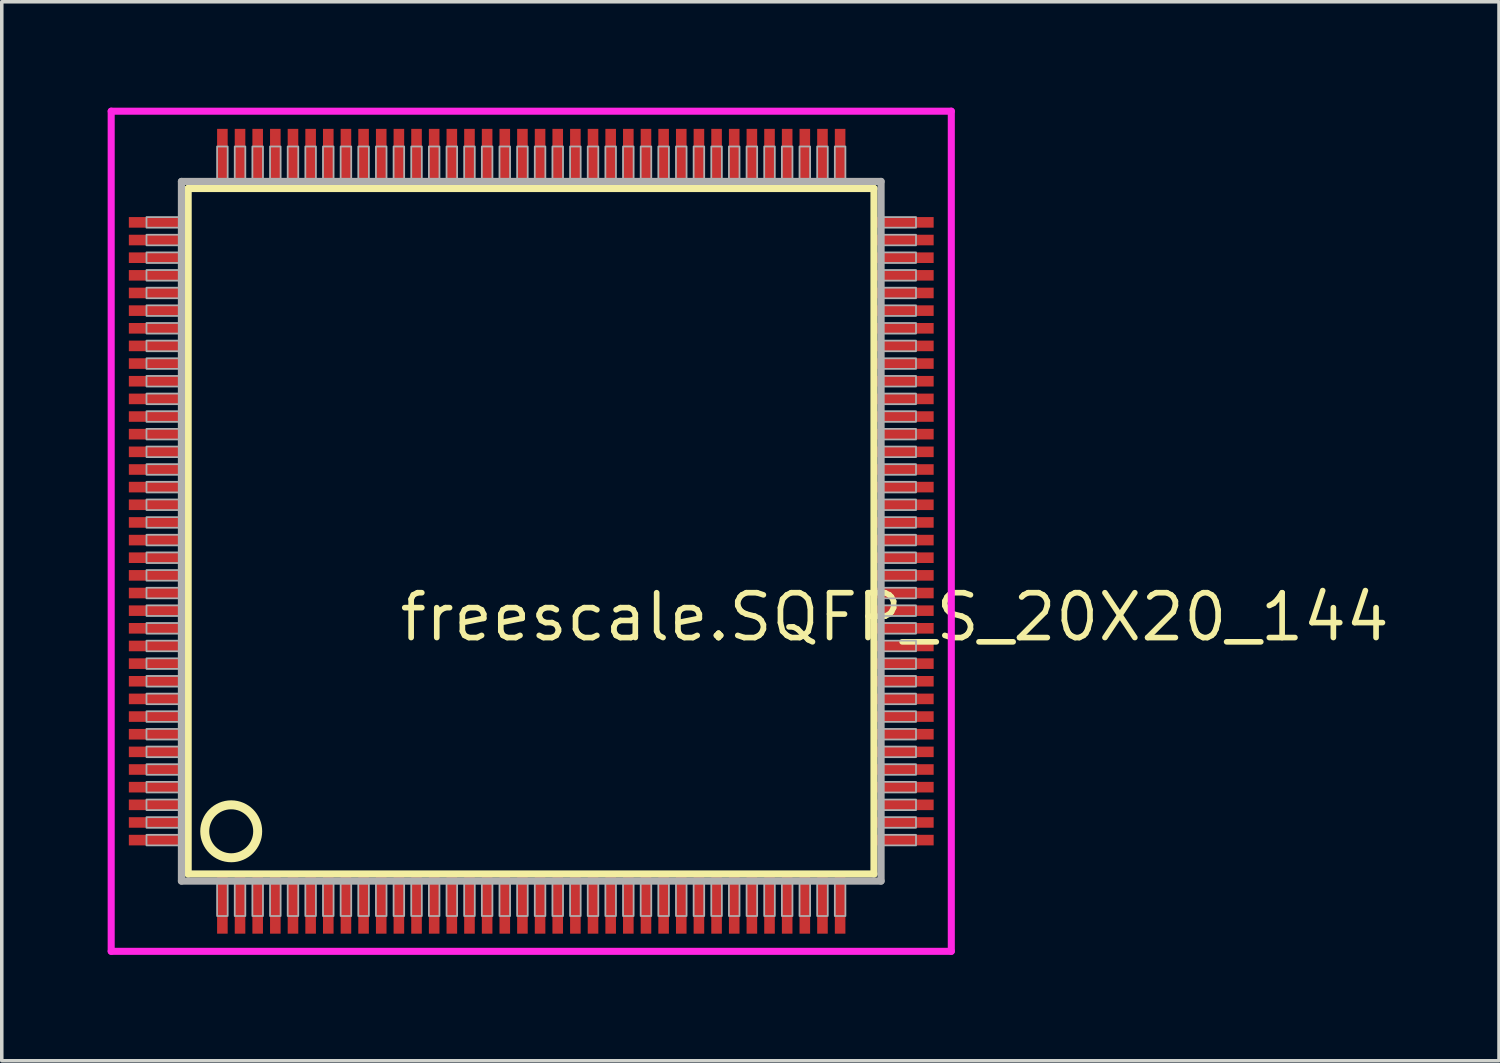
<source format=kicad_pcb>
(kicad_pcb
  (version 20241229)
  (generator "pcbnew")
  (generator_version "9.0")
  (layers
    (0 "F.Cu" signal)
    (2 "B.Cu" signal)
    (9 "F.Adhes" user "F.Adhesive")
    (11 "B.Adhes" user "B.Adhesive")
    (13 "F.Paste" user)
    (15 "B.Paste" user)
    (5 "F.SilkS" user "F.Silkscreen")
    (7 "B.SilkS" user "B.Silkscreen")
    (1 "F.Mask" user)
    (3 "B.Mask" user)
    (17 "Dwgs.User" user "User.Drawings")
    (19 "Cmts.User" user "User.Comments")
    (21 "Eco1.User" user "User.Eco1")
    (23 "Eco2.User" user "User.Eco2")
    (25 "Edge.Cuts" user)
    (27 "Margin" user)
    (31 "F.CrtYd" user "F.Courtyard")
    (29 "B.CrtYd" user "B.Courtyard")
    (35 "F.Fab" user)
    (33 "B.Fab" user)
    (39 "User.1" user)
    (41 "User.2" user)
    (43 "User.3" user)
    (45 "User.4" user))
  (footprint "freescale.SQFP_S_20X20_144"
    (layer "F.Cu")
    (at 12 12)
    (property "Reference" "freescale.SQFP_S_20X20_144" (at -3.81 3.175 0) (layer "F.SilkS") (effects (font (size 1.27 1.27) (thickness 0.16)) (justify left bottom)))
    (attr smd)
    (fp_line (start -9.72 -9.71) (end 9.71 -9.71) (stroke (width 0.203) (type default)) (layer "F.SilkS"))
    (fp_line (start -9.72 9.71) (end -9.72 -9.71) (stroke (width 0.203) (type default)) (layer "F.SilkS"))
    (fp_line (start 9.71 -9.71) (end 9.71 9.71) (stroke (width 0.203) (type default)) (layer "F.SilkS"))
    (fp_line (start 9.71 9.71) (end -9.72 9.71) (stroke (width 0.203) (type default)) (layer "F.SilkS"))
    (fp_circle (center -8.5 8.5) (end -7.75 8.5) (stroke (width 0.254) (type default)) (fill no) (layer "F.SilkS"))
    (fp_line (start -11.9 -11.9) (end 11.9 -11.9) (stroke (width 0.2) (type default)) (layer "F.CrtYd"))
    (fp_line (start -11.9 11.9) (end -11.9 -11.9) (stroke (width 0.2) (type default)) (layer "F.CrtYd"))
    (fp_line (start 11.9 -11.9) (end 11.9 11.9) (stroke (width 0.2) (type default)) (layer "F.CrtYd"))
    (fp_line (start 11.9 11.9) (end -11.9 11.9) (stroke (width 0.2) (type default)) (layer "F.CrtYd"))
    (fp_line (start -9.91 -9.91) (end -9.91 9.91) (stroke (width 0.203) (type default)) (layer "F.Fab"))
    (fp_line (start -9.91 9.91) (end 9.91 9.91) (stroke (width 0.203) (type default)) (layer "F.Fab"))
    (fp_line (start 9.91 -9.91) (end -9.91 -9.91) (stroke (width 0.203) (type default)) (layer "F.Fab"))
    (fp_line (start 9.91 9.91) (end 9.91 -9.91) (stroke (width 0.203) (type default)) (layer "F.Fab"))
    (fp_rect (start -10.9 -8.6) (end -9.95 -8.9) (stroke (width 0.05) (type default)) (fill no) (layer "F.Fab"))
    (fp_rect (start -10.9 -8.1) (end -9.95 -8.4) (stroke (width 0.05) (type default)) (fill no) (layer "F.Fab"))
    (fp_rect (start -10.9 -7.6) (end -9.95 -7.9) (stroke (width 0.05) (type default)) (fill no) (layer "F.Fab"))
    (fp_rect (start -10.9 -7.1) (end -9.95 -7.4) (stroke (width 0.05) (type default)) (fill no) (layer "F.Fab"))
    (fp_rect (start -10.9 -6.6) (end -9.95 -6.9) (stroke (width 0.05) (type default)) (fill no) (layer "F.Fab"))
    (fp_rect (start -10.9 -6.1) (end -9.95 -6.4) (stroke (width 0.05) (type default)) (fill no) (layer "F.Fab"))
    (fp_rect (start -10.9 -5.6) (end -9.95 -5.9) (stroke (width 0.05) (type default)) (fill no) (layer "F.Fab"))
    (fp_rect (start -10.9 -5.1) (end -9.95 -5.4) (stroke (width 0.05) (type default)) (fill no) (layer "F.Fab"))
    (fp_rect (start -10.9 -4.6) (end -9.95 -4.9) (stroke (width 0.05) (type default)) (fill no) (layer "F.Fab"))
    (fp_rect (start -10.9 -4.1) (end -9.95 -4.4) (stroke (width 0.05) (type default)) (fill no) (layer "F.Fab"))
    (fp_rect (start -10.9 -3.6) (end -9.95 -3.9) (stroke (width 0.05) (type default)) (fill no) (layer "F.Fab"))
    (fp_rect (start -10.9 -3.1) (end -9.95 -3.4) (stroke (width 0.05) (type default)) (fill no) (layer "F.Fab"))
    (fp_rect (start -10.9 -2.6) (end -9.95 -2.9) (stroke (width 0.05) (type default)) (fill no) (layer "F.Fab"))
    (fp_rect (start -10.9 -2.1) (end -9.95 -2.4) (stroke (width 0.05) (type default)) (fill no) (layer "F.Fab"))
    (fp_rect (start -10.9 -1.6) (end -9.95 -1.9) (stroke (width 0.05) (type default)) (fill no) (layer "F.Fab"))
    (fp_rect (start -10.9 -1.1) (end -9.95 -1.4) (stroke (width 0.05) (type default)) (fill no) (layer "F.Fab"))
    (fp_rect (start -10.9 -0.6) (end -9.95 -0.9) (stroke (width 0.05) (type default)) (fill no) (layer "F.Fab"))
    (fp_rect (start -10.9 -0.1) (end -9.95 -0.4) (stroke (width 0.05) (type default)) (fill no) (layer "F.Fab"))
    (fp_rect (start -10.9 0.4) (end -9.95 0.1) (stroke (width 0.05) (type default)) (fill no) (layer "F.Fab"))
    (fp_rect (start -10.9 0.9) (end -9.95 0.6) (stroke (width 0.05) (type default)) (fill no) (layer "F.Fab"))
    (fp_rect (start -10.9 1.4) (end -9.95 1.1) (stroke (width 0.05) (type default)) (fill no) (layer "F.Fab"))
    (fp_rect (start -10.9 1.9) (end -9.95 1.6) (stroke (width 0.05) (type default)) (fill no) (layer "F.Fab"))
    (fp_rect (start -10.9 2.4) (end -9.95 2.1) (stroke (width 0.05) (type default)) (fill no) (layer "F.Fab"))
    (fp_rect (start -10.9 2.9) (end -9.95 2.6) (stroke (width 0.05) (type default)) (fill no) (layer "F.Fab"))
    (fp_rect (start -10.9 3.4) (end -9.95 3.1) (stroke (width 0.05) (type default)) (fill no) (layer "F.Fab"))
    (fp_rect (start -10.9 3.9) (end -9.95 3.6) (stroke (width 0.05) (type default)) (fill no) (layer "F.Fab"))
    (fp_rect (start -10.9 4.4) (end -9.95 4.1) (stroke (width 0.05) (type default)) (fill no) (layer "F.Fab"))
    (fp_rect (start -10.9 4.9) (end -9.95 4.6) (stroke (width 0.05) (type default)) (fill no) (layer "F.Fab"))
    (fp_rect (start -10.9 5.4) (end -9.95 5.1) (stroke (width 0.05) (type default)) (fill no) (layer "F.Fab"))
    (fp_rect (start -10.9 5.9) (end -9.95 5.6) (stroke (width 0.05) (type default)) (fill no) (layer "F.Fab"))
    (fp_rect (start -10.9 6.4) (end -9.95 6.1) (stroke (width 0.05) (type default)) (fill no) (layer "F.Fab"))
    (fp_rect (start -10.9 6.9) (end -9.95 6.6) (stroke (width 0.05) (type default)) (fill no) (layer "F.Fab"))
    (fp_rect (start -10.9 7.4) (end -9.95 7.1) (stroke (width 0.05) (type default)) (fill no) (layer "F.Fab"))
    (fp_rect (start -10.9 7.9) (end -9.95 7.6) (stroke (width 0.05) (type default)) (fill no) (layer "F.Fab"))
    (fp_rect (start -10.9 8.4) (end -9.95 8.1) (stroke (width 0.05) (type default)) (fill no) (layer "F.Fab"))
    (fp_rect (start -10.9 8.9) (end -9.95 8.6) (stroke (width 0.05) (type default)) (fill no) (layer "F.Fab"))
    (fp_rect (start -8.9 -9.95) (end -8.6 -10.9) (stroke (width 0.05) (type default)) (fill no) (layer "F.Fab"))
    (fp_rect (start -8.9 10.9) (end -8.6 9.95) (stroke (width 0.05) (type default)) (fill no) (layer "F.Fab"))
    (fp_rect (start -8.4 -9.95) (end -8.1 -10.9) (stroke (width 0.05) (type default)) (fill no) (layer "F.Fab"))
    (fp_rect (start -8.4 10.9) (end -8.1 9.95) (stroke (width 0.05) (type default)) (fill no) (layer "F.Fab"))
    (fp_rect (start -7.9 -9.95) (end -7.6 -10.9) (stroke (width 0.05) (type default)) (fill no) (layer "F.Fab"))
    (fp_rect (start -7.9 10.9) (end -7.6 9.95) (stroke (width 0.05) (type default)) (fill no) (layer "F.Fab"))
    (fp_rect (start -7.4 -9.95) (end -7.1 -10.9) (stroke (width 0.05) (type default)) (fill no) (layer "F.Fab"))
    (fp_rect (start -7.4 10.9) (end -7.1 9.95) (stroke (width 0.05) (type default)) (fill no) (layer "F.Fab"))
    (fp_rect (start -6.9 -9.95) (end -6.6 -10.9) (stroke (width 0.05) (type default)) (fill no) (layer "F.Fab"))
    (fp_rect (start -6.9 10.9) (end -6.6 9.95) (stroke (width 0.05) (type default)) (fill no) (layer "F.Fab"))
    (fp_rect (start -6.4 -9.95) (end -6.1 -10.9) (stroke (width 0.05) (type default)) (fill no) (layer "F.Fab"))
    (fp_rect (start -6.4 10.9) (end -6.1 9.95) (stroke (width 0.05) (type default)) (fill no) (layer "F.Fab"))
    (fp_rect (start -5.9 -9.95) (end -5.6 -10.9) (stroke (width 0.05) (type default)) (fill no) (layer "F.Fab"))
    (fp_rect (start -5.9 10.9) (end -5.6 9.95) (stroke (width 0.05) (type default)) (fill no) (layer "F.Fab"))
    (fp_rect (start -5.4 -9.95) (end -5.1 -10.9) (stroke (width 0.05) (type default)) (fill no) (layer "F.Fab"))
    (fp_rect (start -5.4 10.9) (end -5.1 9.95) (stroke (width 0.05) (type default)) (fill no) (layer "F.Fab"))
    (fp_rect (start -4.9 -9.95) (end -4.6 -10.9) (stroke (width 0.05) (type default)) (fill no) (layer "F.Fab"))
    (fp_rect (start -4.9 10.9) (end -4.6 9.95) (stroke (width 0.05) (type default)) (fill no) (layer "F.Fab"))
    (fp_rect (start -4.4 -9.95) (end -4.1 -10.9) (stroke (width 0.05) (type default)) (fill no) (layer "F.Fab"))
    (fp_rect (start -4.4 10.9) (end -4.1 9.95) (stroke (width 0.05) (type default)) (fill no) (layer "F.Fab"))
    (fp_rect (start -3.9 -9.95) (end -3.6 -10.9) (stroke (width 0.05) (type default)) (fill no) (layer "F.Fab"))
    (fp_rect (start -3.9 10.9) (end -3.6 9.95) (stroke (width 0.05) (type default)) (fill no) (layer "F.Fab"))
    (fp_rect (start -3.4 -9.95) (end -3.1 -10.9) (stroke (width 0.05) (type default)) (fill no) (layer "F.Fab"))
    (fp_rect (start -3.4 10.9) (end -3.1 9.95) (stroke (width 0.05) (type default)) (fill no) (layer "F.Fab"))
    (fp_rect (start -2.9 -9.95) (end -2.6 -10.9) (stroke (width 0.05) (type default)) (fill no) (layer "F.Fab"))
    (fp_rect (start -2.9 10.9) (end -2.6 9.95) (stroke (width 0.05) (type default)) (fill no) (layer "F.Fab"))
    (fp_rect (start -2.4 -9.95) (end -2.1 -10.9) (stroke (width 0.05) (type default)) (fill no) (layer "F.Fab"))
    (fp_rect (start -2.4 10.9) (end -2.1 9.95) (stroke (width 0.05) (type default)) (fill no) (layer "F.Fab"))
    (fp_rect (start -1.9 -9.95) (end -1.6 -10.9) (stroke (width 0.05) (type default)) (fill no) (layer "F.Fab"))
    (fp_rect (start -1.9 10.9) (end -1.6 9.95) (stroke (width 0.05) (type default)) (fill no) (layer "F.Fab"))
    (fp_rect (start -1.4 -9.95) (end -1.1 -10.9) (stroke (width 0.05) (type default)) (fill no) (layer "F.Fab"))
    (fp_rect (start -1.4 10.9) (end -1.1 9.95) (stroke (width 0.05) (type default)) (fill no) (layer "F.Fab"))
    (fp_rect (start -0.9 -9.95) (end -0.6 -10.9) (stroke (width 0.05) (type default)) (fill no) (layer "F.Fab"))
    (fp_rect (start -0.9 10.9) (end -0.6 9.95) (stroke (width 0.05) (type default)) (fill no) (layer "F.Fab"))
    (fp_rect (start -0.4 -9.95) (end -0.1 -10.9) (stroke (width 0.05) (type default)) (fill no) (layer "F.Fab"))
    (fp_rect (start -0.4 10.9) (end -0.1 9.95) (stroke (width 0.05) (type default)) (fill no) (layer "F.Fab"))
    (fp_rect (start 0.1 -9.95) (end 0.4 -10.9) (stroke (width 0.05) (type default)) (fill no) (layer "F.Fab"))
    (fp_rect (start 0.1 10.9) (end 0.4 9.95) (stroke (width 0.05) (type default)) (fill no) (layer "F.Fab"))
    (fp_rect (start 0.6 -9.95) (end 0.9 -10.9) (stroke (width 0.05) (type default)) (fill no) (layer "F.Fab"))
    (fp_rect (start 0.6 10.9) (end 0.9 9.95) (stroke (width 0.05) (type default)) (fill no) (layer "F.Fab"))
    (fp_rect (start 1.1 -9.95) (end 1.4 -10.9) (stroke (width 0.05) (type default)) (fill no) (layer "F.Fab"))
    (fp_rect (start 1.1 10.9) (end 1.4 9.95) (stroke (width 0.05) (type default)) (fill no) (layer "F.Fab"))
    (fp_rect (start 1.6 -9.95) (end 1.9 -10.9) (stroke (width 0.05) (type default)) (fill no) (layer "F.Fab"))
    (fp_rect (start 1.6 10.9) (end 1.9 9.95) (stroke (width 0.05) (type default)) (fill no) (layer "F.Fab"))
    (fp_rect (start 2.1 -9.95) (end 2.4 -10.9) (stroke (width 0.05) (type default)) (fill no) (layer "F.Fab"))
    (fp_rect (start 2.1 10.9) (end 2.4 9.95) (stroke (width 0.05) (type default)) (fill no) (layer "F.Fab"))
    (fp_rect (start 2.6 -9.95) (end 2.9 -10.9) (stroke (width 0.05) (type default)) (fill no) (layer "F.Fab"))
    (fp_rect (start 2.6 10.9) (end 2.9 9.95) (stroke (width 0.05) (type default)) (fill no) (layer "F.Fab"))
    (fp_rect (start 3.1 -9.95) (end 3.4 -10.9) (stroke (width 0.05) (type default)) (fill no) (layer "F.Fab"))
    (fp_rect (start 3.1 10.9) (end 3.4 9.95) (stroke (width 0.05) (type default)) (fill no) (layer "F.Fab"))
    (fp_rect (start 3.6 -9.95) (end 3.9 -10.9) (stroke (width 0.05) (type default)) (fill no) (layer "F.Fab"))
    (fp_rect (start 3.6 10.9) (end 3.9 9.95) (stroke (width 0.05) (type default)) (fill no) (layer "F.Fab"))
    (fp_rect (start 4.1 -9.95) (end 4.4 -10.9) (stroke (width 0.05) (type default)) (fill no) (layer "F.Fab"))
    (fp_rect (start 4.1 10.9) (end 4.4 9.95) (stroke (width 0.05) (type default)) (fill no) (layer "F.Fab"))
    (fp_rect (start 4.6 -9.95) (end 4.9 -10.9) (stroke (width 0.05) (type default)) (fill no) (layer "F.Fab"))
    (fp_rect (start 4.6 10.9) (end 4.9 9.95) (stroke (width 0.05) (type default)) (fill no) (layer "F.Fab"))
    (fp_rect (start 5.1 -9.95) (end 5.4 -10.9) (stroke (width 0.05) (type default)) (fill no) (layer "F.Fab"))
    (fp_rect (start 5.1 10.9) (end 5.4 9.95) (stroke (width 0.05) (type default)) (fill no) (layer "F.Fab"))
    (fp_rect (start 5.6 -9.95) (end 5.9 -10.9) (stroke (width 0.05) (type default)) (fill no) (layer "F.Fab"))
    (fp_rect (start 5.6 10.9) (end 5.9 9.95) (stroke (width 0.05) (type default)) (fill no) (layer "F.Fab"))
    (fp_rect (start 6.1 -9.95) (end 6.4 -10.9) (stroke (width 0.05) (type default)) (fill no) (layer "F.Fab"))
    (fp_rect (start 6.1 10.9) (end 6.4 9.95) (stroke (width 0.05) (type default)) (fill no) (layer "F.Fab"))
    (fp_rect (start 6.6 -9.95) (end 6.9 -10.9) (stroke (width 0.05) (type default)) (fill no) (layer "F.Fab"))
    (fp_rect (start 6.6 10.9) (end 6.9 9.95) (stroke (width 0.05) (type default)) (fill no) (layer "F.Fab"))
    (fp_rect (start 7.1 -9.95) (end 7.4 -10.9) (stroke (width 0.05) (type default)) (fill no) (layer "F.Fab"))
    (fp_rect (start 7.1 10.9) (end 7.4 9.95) (stroke (width 0.05) (type default)) (fill no) (layer "F.Fab"))
    (fp_rect (start 7.6 -9.95) (end 7.9 -10.9) (stroke (width 0.05) (type default)) (fill no) (layer "F.Fab"))
    (fp_rect (start 7.6 10.9) (end 7.9 9.95) (stroke (width 0.05) (type default)) (fill no) (layer "F.Fab"))
    (fp_rect (start 8.1 -9.95) (end 8.4 -10.9) (stroke (width 0.05) (type default)) (fill no) (layer "F.Fab"))
    (fp_rect (start 8.1 10.9) (end 8.4 9.95) (stroke (width 0.05) (type default)) (fill no) (layer "F.Fab"))
    (fp_rect (start 8.6 -9.95) (end 8.9 -10.9) (stroke (width 0.05) (type default)) (fill no) (layer "F.Fab"))
    (fp_rect (start 8.6 10.9) (end 8.9 9.95) (stroke (width 0.05) (type default)) (fill no) (layer "F.Fab"))
    (fp_rect (start 9.95 -8.6) (end 10.9 -8.9) (stroke (width 0.05) (type default)) (fill no) (layer "F.Fab"))
    (fp_rect (start 9.95 -8.1) (end 10.9 -8.4) (stroke (width 0.05) (type default)) (fill no) (layer "F.Fab"))
    (fp_rect (start 9.95 -7.6) (end 10.9 -7.9) (stroke (width 0.05) (type default)) (fill no) (layer "F.Fab"))
    (fp_rect (start 9.95 -7.1) (end 10.9 -7.4) (stroke (width 0.05) (type default)) (fill no) (layer "F.Fab"))
    (fp_rect (start 9.95 -6.6) (end 10.9 -6.9) (stroke (width 0.05) (type default)) (fill no) (layer "F.Fab"))
    (fp_rect (start 9.95 -6.1) (end 10.9 -6.4) (stroke (width 0.05) (type default)) (fill no) (layer "F.Fab"))
    (fp_rect (start 9.95 -5.6) (end 10.9 -5.9) (stroke (width 0.05) (type default)) (fill no) (layer "F.Fab"))
    (fp_rect (start 9.95 -5.1) (end 10.9 -5.4) (stroke (width 0.05) (type default)) (fill no) (layer "F.Fab"))
    (fp_rect (start 9.95 -4.6) (end 10.9 -4.9) (stroke (width 0.05) (type default)) (fill no) (layer "F.Fab"))
    (fp_rect (start 9.95 -4.1) (end 10.9 -4.4) (stroke (width 0.05) (type default)) (fill no) (layer "F.Fab"))
    (fp_rect (start 9.95 -3.6) (end 10.9 -3.9) (stroke (width 0.05) (type default)) (fill no) (layer "F.Fab"))
    (fp_rect (start 9.95 -3.1) (end 10.9 -3.4) (stroke (width 0.05) (type default)) (fill no) (layer "F.Fab"))
    (fp_rect (start 9.95 -2.6) (end 10.9 -2.9) (stroke (width 0.05) (type default)) (fill no) (layer "F.Fab"))
    (fp_rect (start 9.95 -2.1) (end 10.9 -2.4) (stroke (width 0.05) (type default)) (fill no) (layer "F.Fab"))
    (fp_rect (start 9.95 -1.6) (end 10.9 -1.9) (stroke (width 0.05) (type default)) (fill no) (layer "F.Fab"))
    (fp_rect (start 9.95 -1.1) (end 10.9 -1.4) (stroke (width 0.05) (type default)) (fill no) (layer "F.Fab"))
    (fp_rect (start 9.95 -0.6) (end 10.9 -0.9) (stroke (width 0.05) (type default)) (fill no) (layer "F.Fab"))
    (fp_rect (start 9.95 -0.1) (end 10.9 -0.4) (stroke (width 0.05) (type default)) (fill no) (layer "F.Fab"))
    (fp_rect (start 9.95 0.4) (end 10.9 0.1) (stroke (width 0.05) (type default)) (fill no) (layer "F.Fab"))
    (fp_rect (start 9.95 0.9) (end 10.9 0.6) (stroke (width 0.05) (type default)) (fill no) (layer "F.Fab"))
    (fp_rect (start 9.95 1.4) (end 10.9 1.1) (stroke (width 0.05) (type default)) (fill no) (layer "F.Fab"))
    (fp_rect (start 9.95 1.9) (end 10.9 1.6) (stroke (width 0.05) (type default)) (fill no) (layer "F.Fab"))
    (fp_rect (start 9.95 2.4) (end 10.9 2.1) (stroke (width 0.05) (type default)) (fill no) (layer "F.Fab"))
    (fp_rect (start 9.95 2.9) (end 10.9 2.6) (stroke (width 0.05) (type default)) (fill no) (layer "F.Fab"))
    (fp_rect (start 9.95 3.4) (end 10.9 3.1) (stroke (width 0.05) (type default)) (fill no) (layer "F.Fab"))
    (fp_rect (start 9.95 3.9) (end 10.9 3.6) (stroke (width 0.05) (type default)) (fill no) (layer "F.Fab"))
    (fp_rect (start 9.95 4.4) (end 10.9 4.1) (stroke (width 0.05) (type default)) (fill no) (layer "F.Fab"))
    (fp_rect (start 9.95 4.9) (end 10.9 4.6) (stroke (width 0.05) (type default)) (fill no) (layer "F.Fab"))
    (fp_rect (start 9.95 5.4) (end 10.9 5.1) (stroke (width 0.05) (type default)) (fill no) (layer "F.Fab"))
    (fp_rect (start 9.95 5.9) (end 10.9 5.6) (stroke (width 0.05) (type default)) (fill no) (layer "F.Fab"))
    (fp_rect (start 9.95 6.4) (end 10.9 6.1) (stroke (width 0.05) (type default)) (fill no) (layer "F.Fab"))
    (fp_rect (start 9.95 6.9) (end 10.9 6.6) (stroke (width 0.05) (type default)) (fill no) (layer "F.Fab"))
    (fp_rect (start 9.95 7.4) (end 10.9 7.1) (stroke (width 0.05) (type default)) (fill no) (layer "F.Fab"))
    (fp_rect (start 9.95 7.9) (end 10.9 7.6) (stroke (width 0.05) (type default)) (fill no) (layer "F.Fab"))
    (fp_rect (start 9.95 8.4) (end 10.9 8.1) (stroke (width 0.05) (type default)) (fill no) (layer "F.Fab"))
    (fp_rect (start 9.95 8.9) (end 10.9 8.6) (stroke (width 0.05) (type default)) (fill no) (layer "F.Fab"))
    (pad "1" smd roundrect (at -8.75 10.6) (size 0.3 1.6) (layers "F.Cu" "F.Mask" "F.Paste") (roundrect_rratio 0.01))
    (pad "2" smd roundrect (at -8.25 10.6) (size 0.3 1.6) (layers "F.Cu" "F.Mask" "F.Paste") (roundrect_rratio 0.01))
    (pad "3" smd roundrect (at -7.75 10.6) (size 0.3 1.6) (layers "F.Cu" "F.Mask" "F.Paste") (roundrect_rratio 0.01))
    (pad "4" smd roundrect (at -7.25 10.6) (size 0.3 1.6) (layers "F.Cu" "F.Mask" "F.Paste") (roundrect_rratio 0.01))
    (pad "5" smd roundrect (at -6.75 10.6) (size 0.3 1.6) (layers "F.Cu" "F.Mask" "F.Paste") (roundrect_rratio 0.01))
    (pad "6" smd roundrect (at -6.25 10.6) (size 0.3 1.6) (layers "F.Cu" "F.Mask" "F.Paste") (roundrect_rratio 0.01))
    (pad "7" smd roundrect (at -5.75 10.6) (size 0.3 1.6) (layers "F.Cu" "F.Mask" "F.Paste") (roundrect_rratio 0.01))
    (pad "8" smd roundrect (at -5.25 10.6) (size 0.3 1.6) (layers "F.Cu" "F.Mask" "F.Paste") (roundrect_rratio 0.01))
    (pad "9" smd roundrect (at -4.75 10.6) (size 0.3 1.6) (layers "F.Cu" "F.Mask" "F.Paste") (roundrect_rratio 0.01))
    (pad "10" smd roundrect (at -4.25 10.6) (size 0.3 1.6) (layers "F.Cu" "F.Mask" "F.Paste") (roundrect_rratio 0.01))
    (pad "11" smd roundrect (at -3.75 10.6) (size 0.3 1.6) (layers "F.Cu" "F.Mask" "F.Paste") (roundrect_rratio 0.01))
    (pad "12" smd roundrect (at -3.25 10.6) (size 0.3 1.6) (layers "F.Cu" "F.Mask" "F.Paste") (roundrect_rratio 0.01))
    (pad "13" smd roundrect (at -2.75 10.6) (size 0.3 1.6) (layers "F.Cu" "F.Mask" "F.Paste") (roundrect_rratio 0.01))
    (pad "14" smd roundrect (at -2.25 10.6) (size 0.3 1.6) (layers "F.Cu" "F.Mask" "F.Paste") (roundrect_rratio 0.01))
    (pad "15" smd roundrect (at -1.75 10.6) (size 0.3 1.6) (layers "F.Cu" "F.Mask" "F.Paste") (roundrect_rratio 0.01))
    (pad "16" smd roundrect (at -1.25 10.6) (size 0.3 1.6) (layers "F.Cu" "F.Mask" "F.Paste") (roundrect_rratio 0.01))
    (pad "17" smd roundrect (at -0.75 10.6) (size 0.3 1.6) (layers "F.Cu" "F.Mask" "F.Paste") (roundrect_rratio 0.01))
    (pad "18" smd roundrect (at -0.25 10.6) (size 0.3 1.6) (layers "F.Cu" "F.Mask" "F.Paste") (roundrect_rratio 0.01))
    (pad "19" smd roundrect (at 0.25 10.6) (size 0.3 1.6) (layers "F.Cu" "F.Mask" "F.Paste") (roundrect_rratio 0.01))
    (pad "20" smd roundrect (at 0.75 10.6) (size 0.3 1.6) (layers "F.Cu" "F.Mask" "F.Paste") (roundrect_rratio 0.01))
    (pad "21" smd roundrect (at 1.25 10.6) (size 0.3 1.6) (layers "F.Cu" "F.Mask" "F.Paste") (roundrect_rratio 0.01))
    (pad "22" smd roundrect (at 1.75 10.6) (size 0.3 1.6) (layers "F.Cu" "F.Mask" "F.Paste") (roundrect_rratio 0.01))
    (pad "23" smd roundrect (at 2.25 10.6) (size 0.3 1.6) (layers "F.Cu" "F.Mask" "F.Paste") (roundrect_rratio 0.01))
    (pad "24" smd roundrect (at 2.75 10.6) (size 0.3 1.6) (layers "F.Cu" "F.Mask" "F.Paste") (roundrect_rratio 0.01))
    (pad "25" smd roundrect (at 3.25 10.6) (size 0.3 1.6) (layers "F.Cu" "F.Mask" "F.Paste") (roundrect_rratio 0.01))
    (pad "26" smd roundrect (at 3.75 10.6) (size 0.3 1.6) (layers "F.Cu" "F.Mask" "F.Paste") (roundrect_rratio 0.01))
    (pad "27" smd roundrect (at 4.25 10.6) (size 0.3 1.6) (layers "F.Cu" "F.Mask" "F.Paste") (roundrect_rratio 0.01))
    (pad "28" smd roundrect (at 4.75 10.6) (size 0.3 1.6) (layers "F.Cu" "F.Mask" "F.Paste") (roundrect_rratio 0.01))
    (pad "29" smd roundrect (at 5.25 10.6) (size 0.3 1.6) (layers "F.Cu" "F.Mask" "F.Paste") (roundrect_rratio 0.01))
    (pad "30" smd roundrect (at 5.75 10.6) (size 0.3 1.6) (layers "F.Cu" "F.Mask" "F.Paste") (roundrect_rratio 0.01))
    (pad "31" smd roundrect (at 6.25 10.6) (size 0.3 1.6) (layers "F.Cu" "F.Mask" "F.Paste") (roundrect_rratio 0.01))
    (pad "32" smd roundrect (at 6.75 10.6) (size 0.3 1.6) (layers "F.Cu" "F.Mask" "F.Paste") (roundrect_rratio 0.01))
    (pad "33" smd roundrect (at 7.25 10.6) (size 0.3 1.6) (layers "F.Cu" "F.Mask" "F.Paste") (roundrect_rratio 0.01))
    (pad "34" smd roundrect (at 7.75 10.6) (size 0.3 1.6) (layers "F.Cu" "F.Mask" "F.Paste") (roundrect_rratio 0.01))
    (pad "35" smd roundrect (at 8.25 10.6) (size 0.3 1.6) (layers "F.Cu" "F.Mask" "F.Paste") (roundrect_rratio 0.01))
    (pad "36" smd roundrect (at 8.75 10.6) (size 0.3 1.6) (layers "F.Cu" "F.Mask" "F.Paste") (roundrect_rratio 0.01))
    (pad "37" smd roundrect (at 10.6 8.75) (size 1.6 0.3) (layers "F.Cu" "F.Mask" "F.Paste") (roundrect_rratio 0.01))
    (pad "38" smd roundrect (at 10.6 8.25) (size 1.6 0.3) (layers "F.Cu" "F.Mask" "F.Paste") (roundrect_rratio 0.01))
    (pad "39" smd roundrect (at 10.6 7.75) (size 1.6 0.3) (layers "F.Cu" "F.Mask" "F.Paste") (roundrect_rratio 0.01))
    (pad "40" smd roundrect (at 10.6 7.25) (size 1.6 0.3) (layers "F.Cu" "F.Mask" "F.Paste") (roundrect_rratio 0.01))
    (pad "41" smd roundrect (at 10.6 6.75) (size 1.6 0.3) (layers "F.Cu" "F.Mask" "F.Paste") (roundrect_rratio 0.01))
    (pad "42" smd roundrect (at 10.6 6.25) (size 1.6 0.3) (layers "F.Cu" "F.Mask" "F.Paste") (roundrect_rratio 0.01))
    (pad "43" smd roundrect (at 10.6 5.75) (size 1.6 0.3) (layers "F.Cu" "F.Mask" "F.Paste") (roundrect_rratio 0.01))
    (pad "44" smd roundrect (at 10.6 5.25) (size 1.6 0.3) (layers "F.Cu" "F.Mask" "F.Paste") (roundrect_rratio 0.01))
    (pad "45" smd roundrect (at 10.6 4.75) (size 1.6 0.3) (layers "F.Cu" "F.Mask" "F.Paste") (roundrect_rratio 0.01))
    (pad "46" smd roundrect (at 10.6 4.25) (size 1.6 0.3) (layers "F.Cu" "F.Mask" "F.Paste") (roundrect_rratio 0.01))
    (pad "47" smd roundrect (at 10.6 3.75) (size 1.6 0.3) (layers "F.Cu" "F.Mask" "F.Paste") (roundrect_rratio 0.01))
    (pad "48" smd roundrect (at 10.6 3.25) (size 1.6 0.3) (layers "F.Cu" "F.Mask" "F.Paste") (roundrect_rratio 0.01))
    (pad "49" smd roundrect (at 10.6 2.75) (size 1.6 0.3) (layers "F.Cu" "F.Mask" "F.Paste") (roundrect_rratio 0.01))
    (pad "50" smd roundrect (at 10.6 2.25) (size 1.6 0.3) (layers "F.Cu" "F.Mask" "F.Paste") (roundrect_rratio 0.01))
    (pad "51" smd roundrect (at 10.6 1.75) (size 1.6 0.3) (layers "F.Cu" "F.Mask" "F.Paste") (roundrect_rratio 0.01))
    (pad "52" smd roundrect (at 10.6 1.25) (size 1.6 0.3) (layers "F.Cu" "F.Mask" "F.Paste") (roundrect_rratio 0.01))
    (pad "53" smd roundrect (at 10.6 0.75) (size 1.6 0.3) (layers "F.Cu" "F.Mask" "F.Paste") (roundrect_rratio 0.01))
    (pad "54" smd roundrect (at 10.6 0.25) (size 1.6 0.3) (layers "F.Cu" "F.Mask" "F.Paste") (roundrect_rratio 0.01))
    (pad "55" smd roundrect (at 10.6 -0.25) (size 1.6 0.3) (layers "F.Cu" "F.Mask" "F.Paste") (roundrect_rratio 0.01))
    (pad "56" smd roundrect (at 10.6 -0.75) (size 1.6 0.3) (layers "F.Cu" "F.Mask" "F.Paste") (roundrect_rratio 0.01))
    (pad "57" smd roundrect (at 10.6 -1.25) (size 1.6 0.3) (layers "F.Cu" "F.Mask" "F.Paste") (roundrect_rratio 0.01))
    (pad "58" smd roundrect (at 10.6 -1.75) (size 1.6 0.3) (layers "F.Cu" "F.Mask" "F.Paste") (roundrect_rratio 0.01))
    (pad "59" smd roundrect (at 10.6 -2.25) (size 1.6 0.3) (layers "F.Cu" "F.Mask" "F.Paste") (roundrect_rratio 0.01))
    (pad "60" smd roundrect (at 10.6 -2.75) (size 1.6 0.3) (layers "F.Cu" "F.Mask" "F.Paste") (roundrect_rratio 0.01))
    (pad "61" smd roundrect (at 10.6 -3.25) (size 1.6 0.3) (layers "F.Cu" "F.Mask" "F.Paste") (roundrect_rratio 0.01))
    (pad "62" smd roundrect (at 10.6 -3.75) (size 1.6 0.3) (layers "F.Cu" "F.Mask" "F.Paste") (roundrect_rratio 0.01))
    (pad "63" smd roundrect (at 10.6 -4.25) (size 1.6 0.3) (layers "F.Cu" "F.Mask" "F.Paste") (roundrect_rratio 0.01))
    (pad "64" smd roundrect (at 10.6 -4.75) (size 1.6 0.3) (layers "F.Cu" "F.Mask" "F.Paste") (roundrect_rratio 0.01))
    (pad "65" smd roundrect (at 10.6 -5.25) (size 1.6 0.3) (layers "F.Cu" "F.Mask" "F.Paste") (roundrect_rratio 0.01))
    (pad "66" smd roundrect (at 10.6 -5.75) (size 1.6 0.3) (layers "F.Cu" "F.Mask" "F.Paste") (roundrect_rratio 0.01))
    (pad "67" smd roundrect (at 10.6 -6.25) (size 1.6 0.3) (layers "F.Cu" "F.Mask" "F.Paste") (roundrect_rratio 0.01))
    (pad "68" smd roundrect (at 10.6 -6.75) (size 1.6 0.3) (layers "F.Cu" "F.Mask" "F.Paste") (roundrect_rratio 0.01))
    (pad "69" smd roundrect (at 10.6 -7.25) (size 1.6 0.3) (layers "F.Cu" "F.Mask" "F.Paste") (roundrect_rratio 0.01))
    (pad "70" smd roundrect (at 10.6 -7.75) (size 1.6 0.3) (layers "F.Cu" "F.Mask" "F.Paste") (roundrect_rratio 0.01))
    (pad "71" smd roundrect (at 10.6 -8.25) (size 1.6 0.3) (layers "F.Cu" "F.Mask" "F.Paste") (roundrect_rratio 0.01))
    (pad "72" smd roundrect (at 10.6 -8.75) (size 1.6 0.3) (layers "F.Cu" "F.Mask" "F.Paste") (roundrect_rratio 0.01))
    (pad "73" smd roundrect (at 8.75 -10.6) (size 0.3 1.6) (layers "F.Cu" "F.Mask" "F.Paste") (roundrect_rratio 0.01))
    (pad "74" smd roundrect (at 8.25 -10.6) (size 0.3 1.6) (layers "F.Cu" "F.Mask" "F.Paste") (roundrect_rratio 0.01))
    (pad "75" smd roundrect (at 7.75 -10.6) (size 0.3 1.6) (layers "F.Cu" "F.Mask" "F.Paste") (roundrect_rratio 0.01))
    (pad "76" smd roundrect (at 7.25 -10.6) (size 0.3 1.6) (layers "F.Cu" "F.Mask" "F.Paste") (roundrect_rratio 0.01))
    (pad "77" smd roundrect (at 6.75 -10.6) (size 0.3 1.6) (layers "F.Cu" "F.Mask" "F.Paste") (roundrect_rratio 0.01))
    (pad "78" smd roundrect (at 6.25 -10.6) (size 0.3 1.6) (layers "F.Cu" "F.Mask" "F.Paste") (roundrect_rratio 0.01))
    (pad "79" smd roundrect (at 5.75 -10.6) (size 0.3 1.6) (layers "F.Cu" "F.Mask" "F.Paste") (roundrect_rratio 0.01))
    (pad "80" smd roundrect (at 5.25 -10.6) (size 0.3 1.6) (layers "F.Cu" "F.Mask" "F.Paste") (roundrect_rratio 0.01))
    (pad "81" smd roundrect (at 4.75 -10.6) (size 0.3 1.6) (layers "F.Cu" "F.Mask" "F.Paste") (roundrect_rratio 0.01))
    (pad "82" smd roundrect (at 4.25 -10.6) (size 0.3 1.6) (layers "F.Cu" "F.Mask" "F.Paste") (roundrect_rratio 0.01))
    (pad "83" smd roundrect (at 3.75 -10.6) (size 0.3 1.6) (layers "F.Cu" "F.Mask" "F.Paste") (roundrect_rratio 0.01))
    (pad "84" smd roundrect (at 3.25 -10.6) (size 0.3 1.6) (layers "F.Cu" "F.Mask" "F.Paste") (roundrect_rratio 0.01))
    (pad "85" smd roundrect (at 2.75 -10.6) (size 0.3 1.6) (layers "F.Cu" "F.Mask" "F.Paste") (roundrect_rratio 0.01))
    (pad "86" smd roundrect (at 2.25 -10.6) (size 0.3 1.6) (layers "F.Cu" "F.Mask" "F.Paste") (roundrect_rratio 0.01))
    (pad "87" smd roundrect (at 1.75 -10.6) (size 0.3 1.6) (layers "F.Cu" "F.Mask" "F.Paste") (roundrect_rratio 0.01))
    (pad "88" smd roundrect (at 1.25 -10.6) (size 0.3 1.6) (layers "F.Cu" "F.Mask" "F.Paste") (roundrect_rratio 0.01))
    (pad "89" smd roundrect (at 0.75 -10.6) (size 0.3 1.6) (layers "F.Cu" "F.Mask" "F.Paste") (roundrect_rratio 0.01))
    (pad "90" smd roundrect (at 0.25 -10.6) (size 0.3 1.6) (layers "F.Cu" "F.Mask" "F.Paste") (roundrect_rratio 0.01))
    (pad "91" smd roundrect (at -0.25 -10.6) (size 0.3 1.6) (layers "F.Cu" "F.Mask" "F.Paste") (roundrect_rratio 0.01))
    (pad "92" smd roundrect (at -0.75 -10.6) (size 0.3 1.6) (layers "F.Cu" "F.Mask" "F.Paste") (roundrect_rratio 0.01))
    (pad "93" smd roundrect (at -1.25 -10.6) (size 0.3 1.6) (layers "F.Cu" "F.Mask" "F.Paste") (roundrect_rratio 0.01))
    (pad "94" smd roundrect (at -1.75 -10.6) (size 0.3 1.6) (layers "F.Cu" "F.Mask" "F.Paste") (roundrect_rratio 0.01))
    (pad "95" smd roundrect (at -2.25 -10.6) (size 0.3 1.6) (layers "F.Cu" "F.Mask" "F.Paste") (roundrect_rratio 0.01))
    (pad "96" smd roundrect (at -2.75 -10.6) (size 0.3 1.6) (layers "F.Cu" "F.Mask" "F.Paste") (roundrect_rratio 0.01))
    (pad "97" smd roundrect (at -3.25 -10.6) (size 0.3 1.6) (layers "F.Cu" "F.Mask" "F.Paste") (roundrect_rratio 0.01))
    (pad "98" smd roundrect (at -3.75 -10.6) (size 0.3 1.6) (layers "F.Cu" "F.Mask" "F.Paste") (roundrect_rratio 0.01))
    (pad "99" smd roundrect (at -4.25 -10.6) (size 0.3 1.6) (layers "F.Cu" "F.Mask" "F.Paste") (roundrect_rratio 0.01))
    (pad "100" smd roundrect (at -4.75 -10.6) (size 0.3 1.6) (layers "F.Cu" "F.Mask" "F.Paste") (roundrect_rratio 0.01))
    (pad "101" smd roundrect (at -5.25 -10.6) (size 0.3 1.6) (layers "F.Cu" "F.Mask" "F.Paste") (roundrect_rratio 0.01))
    (pad "102" smd roundrect (at -5.75 -10.6) (size 0.3 1.6) (layers "F.Cu" "F.Mask" "F.Paste") (roundrect_rratio 0.01))
    (pad "103" smd roundrect (at -6.25 -10.6) (size 0.3 1.6) (layers "F.Cu" "F.Mask" "F.Paste") (roundrect_rratio 0.01))
    (pad "104" smd roundrect (at -6.75 -10.6) (size 0.3 1.6) (layers "F.Cu" "F.Mask" "F.Paste") (roundrect_rratio 0.01))
    (pad "105" smd roundrect (at -7.25 -10.6) (size 0.3 1.6) (layers "F.Cu" "F.Mask" "F.Paste") (roundrect_rratio 0.01))
    (pad "106" smd roundrect (at -7.75 -10.6) (size 0.3 1.6) (layers "F.Cu" "F.Mask" "F.Paste") (roundrect_rratio 0.01))
    (pad "107" smd roundrect (at -8.25 -10.6) (size 0.3 1.6) (layers "F.Cu" "F.Mask" "F.Paste") (roundrect_rratio 0.01))
    (pad "108" smd roundrect (at -8.75 -10.6) (size 0.3 1.6) (layers "F.Cu" "F.Mask" "F.Paste") (roundrect_rratio 0.01))
    (pad "109" smd roundrect (at -10.6 -8.75) (size 1.6 0.3) (layers "F.Cu" "F.Mask" "F.Paste") (roundrect_rratio 0.01))
    (pad "110" smd roundrect (at -10.6 -8.25) (size 1.6 0.3) (layers "F.Cu" "F.Mask" "F.Paste") (roundrect_rratio 0.01))
    (pad "111" smd roundrect (at -10.6 -7.75) (size 1.6 0.3) (layers "F.Cu" "F.Mask" "F.Paste") (roundrect_rratio 0.01))
    (pad "112" smd roundrect (at -10.6 -7.25) (size 1.6 0.3) (layers "F.Cu" "F.Mask" "F.Paste") (roundrect_rratio 0.01))
    (pad "113" smd roundrect (at -10.6 -6.75) (size 1.6 0.3) (layers "F.Cu" "F.Mask" "F.Paste") (roundrect_rratio 0.01))
    (pad "114" smd roundrect (at -10.6 -6.25) (size 1.6 0.3) (layers "F.Cu" "F.Mask" "F.Paste") (roundrect_rratio 0.01))
    (pad "115" smd roundrect (at -10.6 -5.75) (size 1.6 0.3) (layers "F.Cu" "F.Mask" "F.Paste") (roundrect_rratio 0.01))
    (pad "116" smd roundrect (at -10.6 -5.25) (size 1.6 0.3) (layers "F.Cu" "F.Mask" "F.Paste") (roundrect_rratio 0.01))
    (pad "117" smd roundrect (at -10.6 -4.75) (size 1.6 0.3) (layers "F.Cu" "F.Mask" "F.Paste") (roundrect_rratio 0.01))
    (pad "118" smd roundrect (at -10.6 -4.25) (size 1.6 0.3) (layers "F.Cu" "F.Mask" "F.Paste") (roundrect_rratio 0.01))
    (pad "119" smd roundrect (at -10.6 -3.75) (size 1.6 0.3) (layers "F.Cu" "F.Mask" "F.Paste") (roundrect_rratio 0.01))
    (pad "120" smd roundrect (at -10.6 -3.25) (size 1.6 0.3) (layers "F.Cu" "F.Mask" "F.Paste") (roundrect_rratio 0.01))
    (pad "121" smd roundrect (at -10.6 -2.75) (size 1.6 0.3) (layers "F.Cu" "F.Mask" "F.Paste") (roundrect_rratio 0.01))
    (pad "122" smd roundrect (at -10.6 -2.25) (size 1.6 0.3) (layers "F.Cu" "F.Mask" "F.Paste") (roundrect_rratio 0.01))
    (pad "123" smd roundrect (at -10.6 -1.75) (size 1.6 0.3) (layers "F.Cu" "F.Mask" "F.Paste") (roundrect_rratio 0.01))
    (pad "124" smd roundrect (at -10.6 -1.25) (size 1.6 0.3) (layers "F.Cu" "F.Mask" "F.Paste") (roundrect_rratio 0.01))
    (pad "125" smd roundrect (at -10.6 -0.75) (size 1.6 0.3) (layers "F.Cu" "F.Mask" "F.Paste") (roundrect_rratio 0.01))
    (pad "126" smd roundrect (at -10.6 -0.25) (size 1.6 0.3) (layers "F.Cu" "F.Mask" "F.Paste") (roundrect_rratio 0.01))
    (pad "127" smd roundrect (at -10.6 0.25) (size 1.6 0.3) (layers "F.Cu" "F.Mask" "F.Paste") (roundrect_rratio 0.01))
    (pad "128" smd roundrect (at -10.6 0.75) (size 1.6 0.3) (layers "F.Cu" "F.Mask" "F.Paste") (roundrect_rratio 0.01))
    (pad "129" smd roundrect (at -10.6 1.25) (size 1.6 0.3) (layers "F.Cu" "F.Mask" "F.Paste") (roundrect_rratio 0.01))
    (pad "130" smd roundrect (at -10.6 1.75) (size 1.6 0.3) (layers "F.Cu" "F.Mask" "F.Paste") (roundrect_rratio 0.01))
    (pad "131" smd roundrect (at -10.6 2.25) (size 1.6 0.3) (layers "F.Cu" "F.Mask" "F.Paste") (roundrect_rratio 0.01))
    (pad "132" smd roundrect (at -10.6 2.75) (size 1.6 0.3) (layers "F.Cu" "F.Mask" "F.Paste") (roundrect_rratio 0.01))
    (pad "133" smd roundrect (at -10.6 3.25) (size 1.6 0.3) (layers "F.Cu" "F.Mask" "F.Paste") (roundrect_rratio 0.01))
    (pad "134" smd roundrect (at -10.6 3.75) (size 1.6 0.3) (layers "F.Cu" "F.Mask" "F.Paste") (roundrect_rratio 0.01))
    (pad "135" smd roundrect (at -10.6 4.25) (size 1.6 0.3) (layers "F.Cu" "F.Mask" "F.Paste") (roundrect_rratio 0.01))
    (pad "136" smd roundrect (at -10.6 4.75) (size 1.6 0.3) (layers "F.Cu" "F.Mask" "F.Paste") (roundrect_rratio 0.01))
    (pad "137" smd roundrect (at -10.6 5.25) (size 1.6 0.3) (layers "F.Cu" "F.Mask" "F.Paste") (roundrect_rratio 0.01))
    (pad "138" smd roundrect (at -10.6 5.75) (size 1.6 0.3) (layers "F.Cu" "F.Mask" "F.Paste") (roundrect_rratio 0.01))
    (pad "139" smd roundrect (at -10.6 6.25) (size 1.6 0.3) (layers "F.Cu" "F.Mask" "F.Paste") (roundrect_rratio 0.01))
    (pad "140" smd roundrect (at -10.6 6.75) (size 1.6 0.3) (layers "F.Cu" "F.Mask" "F.Paste") (roundrect_rratio 0.01))
    (pad "141" smd roundrect (at -10.6 7.25) (size 1.6 0.3) (layers "F.Cu" "F.Mask" "F.Paste") (roundrect_rratio 0.01))
    (pad "142" smd roundrect (at -10.6 7.75) (size 1.6 0.3) (layers "F.Cu" "F.Mask" "F.Paste") (roundrect_rratio 0.01))
    (pad "143" smd roundrect (at -10.6 8.25) (size 1.6 0.3) (layers "F.Cu" "F.Mask" "F.Paste") (roundrect_rratio 0.01))
    (pad "144" smd roundrect (at -10.6 8.75) (size 1.6 0.3) (layers "F.Cu" "F.Mask" "F.Paste") (roundrect_rratio 0.01)))
  (gr_rect
    (start -3 -3)
    (end 39.416 27)
    (stroke (width 0.1) (type default))
    (fill no)
    (layer "Edge.Cuts")))
</source>
